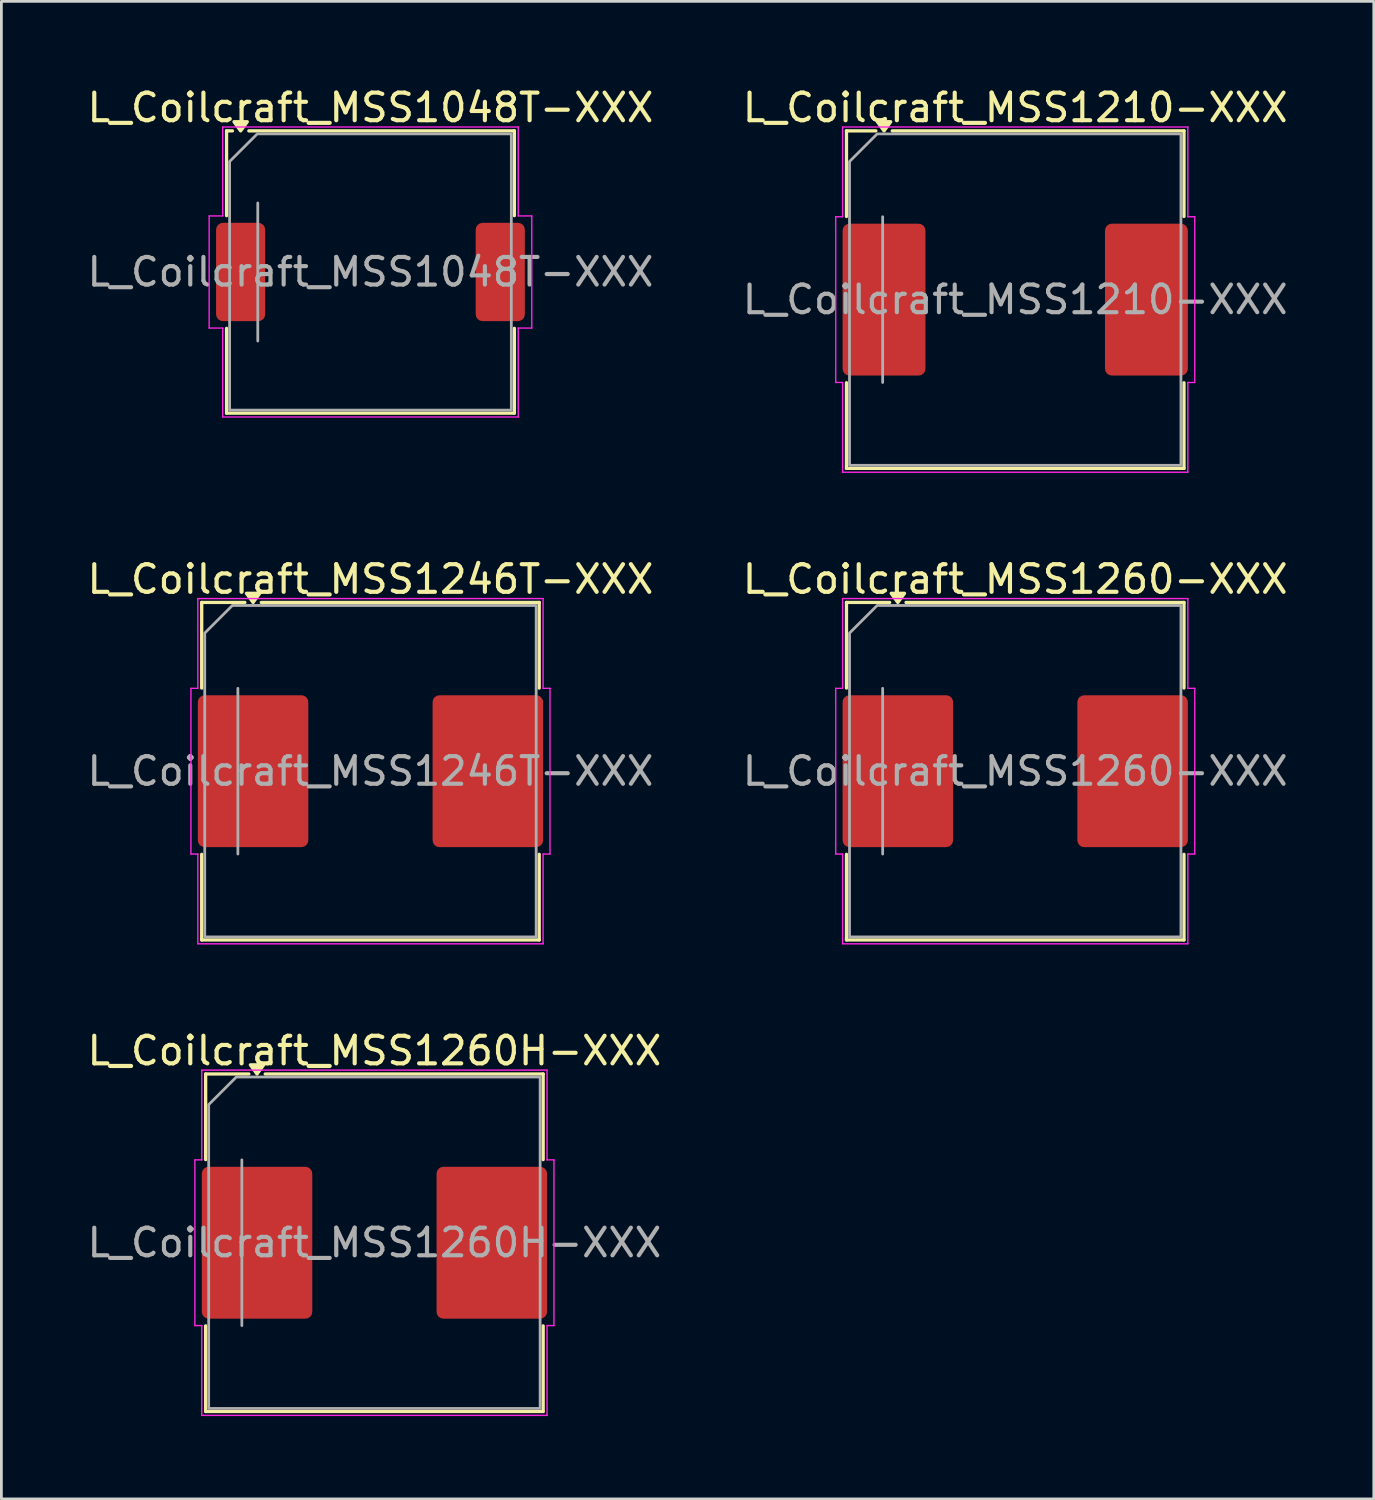
<source format=kicad_pcb>
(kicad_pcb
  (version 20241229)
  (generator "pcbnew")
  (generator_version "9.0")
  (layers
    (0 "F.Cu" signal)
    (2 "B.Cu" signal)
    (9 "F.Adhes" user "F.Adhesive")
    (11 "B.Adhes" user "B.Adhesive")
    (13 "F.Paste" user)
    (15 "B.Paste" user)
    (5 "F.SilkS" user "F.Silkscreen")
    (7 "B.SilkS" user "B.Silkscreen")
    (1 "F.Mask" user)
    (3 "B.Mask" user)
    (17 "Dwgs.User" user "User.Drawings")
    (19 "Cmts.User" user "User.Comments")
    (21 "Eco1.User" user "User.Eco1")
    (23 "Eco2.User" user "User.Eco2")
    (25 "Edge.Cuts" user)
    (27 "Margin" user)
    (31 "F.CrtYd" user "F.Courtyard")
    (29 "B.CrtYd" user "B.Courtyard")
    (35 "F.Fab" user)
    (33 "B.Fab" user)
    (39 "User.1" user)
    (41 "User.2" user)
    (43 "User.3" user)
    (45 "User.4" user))
  (footprint "L_Coilcraft_MSS1048T-XXX"
    (layer "F.Cu")
    (at 10.363 6.798)
    (property "Reference" "L_Coilcraft_MSS1048T-XXX" (at 0 -5.95 0) (layer "F.SilkS") (effects (font (size 1 1) (thickness 0.15))))
    (attr smd)
    (fp_line (start -5.21 -5.11) (end -4.997 -5.11) (stroke (width 0.12) (type solid)) (layer "F.SilkS"))
    (fp_line (start -5.21 -2.04) (end -5.21 -5.11) (stroke (width 0.12) (type solid)) (layer "F.SilkS"))
    (fp_line (start -5.21 5.11) (end -5.21 2.04) (stroke (width 0.12) (type solid)) (layer "F.SilkS"))
    (fp_line (start -4.403 -5.11) (end 5.21 -5.11) (stroke (width 0.12) (type solid)) (layer "F.SilkS"))
    (fp_line (start 5.21 -5.11) (end 5.21 -2.04) (stroke (width 0.12) (type solid)) (layer "F.SilkS"))
    (fp_line (start 5.21 2.04) (end 5.21 5.11) (stroke (width 0.12) (type solid)) (layer "F.SilkS"))
    (fp_line (start 5.21 5.11) (end -5.21 5.11) (stroke (width 0.12) (type solid)) (layer "F.SilkS"))
    (fp_poly (pts (xy -4.7 -5.11) (xy -4.94 -5.44) (xy -4.46 -5.44)) (stroke (width 0.12) (type solid)) (fill yes) (layer "F.SilkS"))
    (fp_line (start -5.84 -2.03) (end -5.35 -2.03) (stroke (width 0.05) (type solid)) (layer "F.CrtYd"))
    (fp_line (start -5.84 2.03) (end -5.84 -2.03) (stroke (width 0.05) (type solid)) (layer "F.CrtYd"))
    (fp_line (start -5.35 -5.25) (end 5.35 -5.25) (stroke (width 0.05) (type solid)) (layer "F.CrtYd"))
    (fp_line (start -5.35 -2.03) (end -5.35 -5.25) (stroke (width 0.05) (type solid)) (layer "F.CrtYd"))
    (fp_line (start -5.35 2.03) (end -5.84 2.03) (stroke (width 0.05) (type solid)) (layer "F.CrtYd"))
    (fp_line (start -5.35 5.25) (end -5.35 2.03) (stroke (width 0.05) (type solid)) (layer "F.CrtYd"))
    (fp_line (start 5.35 -5.25) (end 5.35 -2.03) (stroke (width 0.05) (type solid)) (layer "F.CrtYd"))
    (fp_line (start 5.35 -2.03) (end 5.84 -2.03) (stroke (width 0.05) (type solid)) (layer "F.CrtYd"))
    (fp_line (start 5.35 2.03) (end 5.35 5.25) (stroke (width 0.05) (type solid)) (layer "F.CrtYd"))
    (fp_line (start 5.35 5.25) (end -5.35 5.25) (stroke (width 0.05) (type solid)) (layer "F.CrtYd"))
    (fp_line (start 5.84 -2.03) (end 5.84 2.03) (stroke (width 0.05) (type solid)) (layer "F.CrtYd"))
    (fp_line (start 5.84 2.03) (end 5.35 2.03) (stroke (width 0.05) (type solid)) (layer "F.CrtYd"))
    (fp_line (start -4.08 2.5) (end -4.08 -2.5) (stroke (width 0.1) (type solid)) (layer "F.Fab"))
    (fp_poly (pts (xy -5.1 -4) (xy -5.1 5) (xy 5.1 5) (xy 5.1 -5) (xy -4.1 -5)) (stroke (width 0.1) (type solid)) (fill no) (layer "F.Fab"))
    (fp_text user "${REFERENCE}" (at 0 0 0) (layer "F.Fab") (effects (font (size 1 1) (thickness 0.15))))
    (pad "1" smd roundrect (at -4.7 0) (size 1.78 3.56) (layers "F.Cu" "F.Mask" "F.Paste") (roundrect_rratio 0.14))
    (pad "2" smd roundrect (at 4.7 0) (size 1.78 3.56) (layers "F.Cu" "F.Mask" "F.Paste") (roundrect_rratio 0.14)))
  (footprint "L_Coilcraft_MSS1260H-XXX"
    (layer "F.Cu")
    (at 10.506 41.945)
    (property "Reference" "L_Coilcraft_MSS1260H-XXX" (at 0 -6.95 0) (layer "F.SilkS") (effects (font (size 1 1) (thickness 0.15))))
    (attr smd)
    (fp_line (start -6.11 -6.11) (end -4.547 -6.11) (stroke (width 0.12) (type solid)) (layer "F.SilkS"))
    (fp_line (start -6.11 -3.01) (end -6.11 -6.11) (stroke (width 0.12) (type solid)) (layer "F.SilkS"))
    (fp_line (start -6.11 6.11) (end -6.11 3.01) (stroke (width 0.12) (type solid)) (layer "F.SilkS"))
    (fp_line (start -3.953 -6.11) (end 6.11 -6.11) (stroke (width 0.12) (type solid)) (layer "F.SilkS"))
    (fp_line (start 6.11 -6.11) (end 6.11 -3.01) (stroke (width 0.12) (type solid)) (layer "F.SilkS"))
    (fp_line (start 6.11 3.01) (end 6.11 6.11) (stroke (width 0.12) (type solid)) (layer "F.SilkS"))
    (fp_line (start 6.11 6.11) (end -6.11 6.11) (stroke (width 0.12) (type solid)) (layer "F.SilkS"))
    (fp_poly (pts (xy -4.25 -6.11) (xy -4.49 -6.44) (xy -4.01 -6.44)) (stroke (width 0.12) (type solid)) (fill yes) (layer "F.SilkS"))
    (fp_line (start -6.5 -3) (end -6.25 -3) (stroke (width 0.05) (type solid)) (layer "F.CrtYd"))
    (fp_line (start -6.5 3) (end -6.5 -3) (stroke (width 0.05) (type solid)) (layer "F.CrtYd"))
    (fp_line (start -6.25 -6.25) (end 6.25 -6.25) (stroke (width 0.05) (type solid)) (layer "F.CrtYd"))
    (fp_line (start -6.25 -3) (end -6.25 -6.25) (stroke (width 0.05) (type solid)) (layer "F.CrtYd"))
    (fp_line (start -6.25 3) (end -6.5 3) (stroke (width 0.05) (type solid)) (layer "F.CrtYd"))
    (fp_line (start -6.25 6.25) (end -6.25 3) (stroke (width 0.05) (type solid)) (layer "F.CrtYd"))
    (fp_line (start 6.25 -6.25) (end 6.25 -3) (stroke (width 0.05) (type solid)) (layer "F.CrtYd"))
    (fp_line (start 6.25 -3) (end 6.5 -3) (stroke (width 0.05) (type solid)) (layer "F.CrtYd"))
    (fp_line (start 6.25 3) (end 6.25 6.25) (stroke (width 0.05) (type solid)) (layer "F.CrtYd"))
    (fp_line (start 6.25 6.25) (end -6.25 6.25) (stroke (width 0.05) (type solid)) (layer "F.CrtYd"))
    (fp_line (start 6.5 -3) (end 6.5 3) (stroke (width 0.05) (type solid)) (layer "F.CrtYd"))
    (fp_line (start 6.5 3) (end 6.25 3) (stroke (width 0.05) (type solid)) (layer "F.CrtYd"))
    (fp_line (start -4.8 3) (end -4.8 -3) (stroke (width 0.1) (type solid)) (layer "F.Fab"))
    (fp_poly (pts (xy -6 -5) (xy -6 6) (xy 6 6) (xy 6 -6) (xy -5 -6)) (stroke (width 0.1) (type solid)) (fill no) (layer "F.Fab"))
    (fp_text user "${REFERENCE}" (at 0 0 0) (layer "F.Fab") (effects (font (size 1 1) (thickness 0.15))))
    (pad "1" smd roundrect (at -4.25 0) (size 4 5.5) (layers "F.Cu" "F.Mask" "F.Paste") (roundrect_rratio 0.062))
    (pad "2" smd roundrect (at 4.25 0) (size 4 5.5) (layers "F.Cu" "F.Mask" "F.Paste") (roundrect_rratio 0.062)))
  (footprint "L_Coilcraft_MSS1260-XXX"
    (layer "F.Cu")
    (at 33.708 24.872)
    (property "Reference" "L_Coilcraft_MSS1260-XXX" (at 0 -6.95 0) (layer "F.SilkS") (effects (font (size 1 1) (thickness 0.15))))
    (attr smd)
    (fp_line (start -6.11 -6.11) (end -4.547 -6.11) (stroke (width 0.12) (type solid)) (layer "F.SilkS"))
    (fp_line (start -6.11 -3.01) (end -6.11 -6.11) (stroke (width 0.12) (type solid)) (layer "F.SilkS"))
    (fp_line (start -6.11 6.11) (end -6.11 3.01) (stroke (width 0.12) (type solid)) (layer "F.SilkS"))
    (fp_line (start -3.953 -6.11) (end 6.11 -6.11) (stroke (width 0.12) (type solid)) (layer "F.SilkS"))
    (fp_line (start 6.11 -6.11) (end 6.11 -3.01) (stroke (width 0.12) (type solid)) (layer "F.SilkS"))
    (fp_line (start 6.11 3.01) (end 6.11 6.11) (stroke (width 0.12) (type solid)) (layer "F.SilkS"))
    (fp_line (start 6.11 6.11) (end -6.11 6.11) (stroke (width 0.12) (type solid)) (layer "F.SilkS"))
    (fp_poly (pts (xy -4.25 -6.11) (xy -4.49 -6.44) (xy -4.01 -6.44)) (stroke (width 0.12) (type solid)) (fill yes) (layer "F.SilkS"))
    (fp_line (start -6.5 -3) (end -6.25 -3) (stroke (width 0.05) (type solid)) (layer "F.CrtYd"))
    (fp_line (start -6.5 3) (end -6.5 -3) (stroke (width 0.05) (type solid)) (layer "F.CrtYd"))
    (fp_line (start -6.25 -6.25) (end 6.25 -6.25) (stroke (width 0.05) (type solid)) (layer "F.CrtYd"))
    (fp_line (start -6.25 -3) (end -6.25 -6.25) (stroke (width 0.05) (type solid)) (layer "F.CrtYd"))
    (fp_line (start -6.25 3) (end -6.5 3) (stroke (width 0.05) (type solid)) (layer "F.CrtYd"))
    (fp_line (start -6.25 6.25) (end -6.25 3) (stroke (width 0.05) (type solid)) (layer "F.CrtYd"))
    (fp_line (start 6.25 -6.25) (end 6.25 -3) (stroke (width 0.05) (type solid)) (layer "F.CrtYd"))
    (fp_line (start 6.25 -3) (end 6.5 -3) (stroke (width 0.05) (type solid)) (layer "F.CrtYd"))
    (fp_line (start 6.25 3) (end 6.25 6.25) (stroke (width 0.05) (type solid)) (layer "F.CrtYd"))
    (fp_line (start 6.25 6.25) (end -6.25 6.25) (stroke (width 0.05) (type solid)) (layer "F.CrtYd"))
    (fp_line (start 6.5 -3) (end 6.5 3) (stroke (width 0.05) (type solid)) (layer "F.CrtYd"))
    (fp_line (start 6.5 3) (end 6.25 3) (stroke (width 0.05) (type solid)) (layer "F.CrtYd"))
    (fp_line (start -4.8 3) (end -4.8 -3) (stroke (width 0.1) (type solid)) (layer "F.Fab"))
    (fp_poly (pts (xy -6 -5) (xy -6 6) (xy 6 6) (xy 6 -6) (xy -5 -6)) (stroke (width 0.1) (type solid)) (fill no) (layer "F.Fab"))
    (fp_text user "${REFERENCE}" (at 0 0 0) (layer "F.Fab") (effects (font (size 1 1) (thickness 0.15))))
    (pad "1" smd roundrect (at -4.25 0) (size 4 5.5) (layers "F.Cu" "F.Mask" "F.Paste") (roundrect_rratio 0.062))
    (pad "2" smd roundrect (at 4.25 0) (size 4 5.5) (layers "F.Cu" "F.Mask" "F.Paste") (roundrect_rratio 0.062)))
  (footprint "L_Coilcraft_MSS1246T-XXX"
    (layer "F.Cu")
    (at 10.363 24.872)
    (property "Reference" "L_Coilcraft_MSS1246T-XXX" (at 0 -6.95 0) (layer "F.SilkS") (effects (font (size 1 1) (thickness 0.15))))
    (attr smd)
    (fp_line (start -6.11 -6.11) (end -4.547 -6.11) (stroke (width 0.12) (type solid)) (layer "F.SilkS"))
    (fp_line (start -6.11 -3.01) (end -6.11 -6.11) (stroke (width 0.12) (type solid)) (layer "F.SilkS"))
    (fp_line (start -6.11 6.11) (end -6.11 3.01) (stroke (width 0.12) (type solid)) (layer "F.SilkS"))
    (fp_line (start -3.953 -6.11) (end 6.11 -6.11) (stroke (width 0.12) (type solid)) (layer "F.SilkS"))
    (fp_line (start 6.11 -6.11) (end 6.11 -3.01) (stroke (width 0.12) (type solid)) (layer "F.SilkS"))
    (fp_line (start 6.11 3.01) (end 6.11 6.11) (stroke (width 0.12) (type solid)) (layer "F.SilkS"))
    (fp_line (start 6.11 6.11) (end -6.11 6.11) (stroke (width 0.12) (type solid)) (layer "F.SilkS"))
    (fp_poly (pts (xy -4.25 -6.11) (xy -4.49 -6.44) (xy -4.01 -6.44)) (stroke (width 0.12) (type solid)) (fill yes) (layer "F.SilkS"))
    (fp_line (start -6.5 -3) (end -6.25 -3) (stroke (width 0.05) (type solid)) (layer "F.CrtYd"))
    (fp_line (start -6.5 3) (end -6.5 -3) (stroke (width 0.05) (type solid)) (layer "F.CrtYd"))
    (fp_line (start -6.25 -6.25) (end 6.25 -6.25) (stroke (width 0.05) (type solid)) (layer "F.CrtYd"))
    (fp_line (start -6.25 -3) (end -6.25 -6.25) (stroke (width 0.05) (type solid)) (layer "F.CrtYd"))
    (fp_line (start -6.25 3) (end -6.5 3) (stroke (width 0.05) (type solid)) (layer "F.CrtYd"))
    (fp_line (start -6.25 6.25) (end -6.25 3) (stroke (width 0.05) (type solid)) (layer "F.CrtYd"))
    (fp_line (start 6.25 -6.25) (end 6.25 -3) (stroke (width 0.05) (type solid)) (layer "F.CrtYd"))
    (fp_line (start 6.25 -3) (end 6.5 -3) (stroke (width 0.05) (type solid)) (layer "F.CrtYd"))
    (fp_line (start 6.25 3) (end 6.25 6.25) (stroke (width 0.05) (type solid)) (layer "F.CrtYd"))
    (fp_line (start 6.25 6.25) (end -6.25 6.25) (stroke (width 0.05) (type solid)) (layer "F.CrtYd"))
    (fp_line (start 6.5 -3) (end 6.5 3) (stroke (width 0.05) (type solid)) (layer "F.CrtYd"))
    (fp_line (start 6.5 3) (end 6.25 3) (stroke (width 0.05) (type solid)) (layer "F.CrtYd"))
    (fp_line (start -4.8 3) (end -4.8 -3) (stroke (width 0.1) (type solid)) (layer "F.Fab"))
    (fp_poly (pts (xy -6 -5) (xy -6 6) (xy 6 6) (xy 6 -6) (xy -5 -6)) (stroke (width 0.1) (type solid)) (fill no) (layer "F.Fab"))
    (fp_text user "${REFERENCE}" (at 0 0 0) (layer "F.Fab") (effects (font (size 1 1) (thickness 0.15))))
    (pad "1" smd roundrect (at -4.25 0) (size 4 5.5) (layers "F.Cu" "F.Mask" "F.Paste") (roundrect_rratio 0.062))
    (pad "2" smd roundrect (at 4.25 0) (size 4 5.5) (layers "F.Cu" "F.Mask" "F.Paste") (roundrect_rratio 0.062)))
  (footprint "L_Coilcraft_MSS1210-XXX"
    (layer "F.Cu")
    (at 33.708 7.798)
    (property "Reference" "L_Coilcraft_MSS1210-XXX" (at 0 -6.95 0) (layer "F.SilkS") (effects (font (size 1 1) (thickness 0.15))))
    (attr smd)
    (fp_line (start -6.11 -6.11) (end -5.047 -6.11) (stroke (width 0.12) (type solid)) (layer "F.SilkS"))
    (fp_line (start -6.11 -3.01) (end -6.11 -6.11) (stroke (width 0.12) (type solid)) (layer "F.SilkS"))
    (fp_line (start -6.11 6.11) (end -6.11 3.01) (stroke (width 0.12) (type solid)) (layer "F.SilkS"))
    (fp_line (start -4.453 -6.11) (end 6.11 -6.11) (stroke (width 0.12) (type solid)) (layer "F.SilkS"))
    (fp_line (start 6.11 -6.11) (end 6.11 -3.01) (stroke (width 0.12) (type solid)) (layer "F.SilkS"))
    (fp_line (start 6.11 3.01) (end 6.11 6.11) (stroke (width 0.12) (type solid)) (layer "F.SilkS"))
    (fp_line (start 6.11 6.11) (end -6.11 6.11) (stroke (width 0.12) (type solid)) (layer "F.SilkS"))
    (fp_poly (pts (xy -4.75 -6.11) (xy -4.99 -6.44) (xy -4.51 -6.44)) (stroke (width 0.12) (type solid)) (fill yes) (layer "F.SilkS"))
    (fp_line (start -6.5 -3) (end -6.25 -3) (stroke (width 0.05) (type solid)) (layer "F.CrtYd"))
    (fp_line (start -6.5 3) (end -6.5 -3) (stroke (width 0.05) (type solid)) (layer "F.CrtYd"))
    (fp_line (start -6.25 -6.25) (end 6.25 -6.25) (stroke (width 0.05) (type solid)) (layer "F.CrtYd"))
    (fp_line (start -6.25 -3) (end -6.25 -6.25) (stroke (width 0.05) (type solid)) (layer "F.CrtYd"))
    (fp_line (start -6.25 3) (end -6.5 3) (stroke (width 0.05) (type solid)) (layer "F.CrtYd"))
    (fp_line (start -6.25 6.25) (end -6.25 3) (stroke (width 0.05) (type solid)) (layer "F.CrtYd"))
    (fp_line (start 6.25 -6.25) (end 6.25 -3) (stroke (width 0.05) (type solid)) (layer "F.CrtYd"))
    (fp_line (start 6.25 -3) (end 6.5 -3) (stroke (width 0.05) (type solid)) (layer "F.CrtYd"))
    (fp_line (start 6.25 3) (end 6.25 6.25) (stroke (width 0.05) (type solid)) (layer "F.CrtYd"))
    (fp_line (start 6.25 6.25) (end -6.25 6.25) (stroke (width 0.05) (type solid)) (layer "F.CrtYd"))
    (fp_line (start 6.5 -3) (end 6.5 3) (stroke (width 0.05) (type solid)) (layer "F.CrtYd"))
    (fp_line (start 6.5 3) (end 6.25 3) (stroke (width 0.05) (type solid)) (layer "F.CrtYd"))
    (fp_line (start -4.8 3) (end -4.8 -3) (stroke (width 0.1) (type solid)) (layer "F.Fab"))
    (fp_poly (pts (xy -6 -5) (xy -6 6) (xy 6 6) (xy 6 -6) (xy -5 -6)) (stroke (width 0.1) (type solid)) (fill no) (layer "F.Fab"))
    (fp_text user "${REFERENCE}" (at 0 0 0) (layer "F.Fab") (effects (font (size 1 1) (thickness 0.15))))
    (pad "1" smd roundrect (at -4.75 0) (size 3 5.5) (layers "F.Cu" "F.Mask" "F.Paste") (roundrect_rratio 0.083))
    (pad "2" smd roundrect (at 4.75 0) (size 3 5.5) (layers "F.Cu" "F.Mask" "F.Paste") (roundrect_rratio 0.083)))
  (gr_rect
    (start -3 -3)
    (end 46.69 51.22)
    (stroke (width 0.1) (type default))
    (fill no)
    (layer "Edge.Cuts")))
</source>
